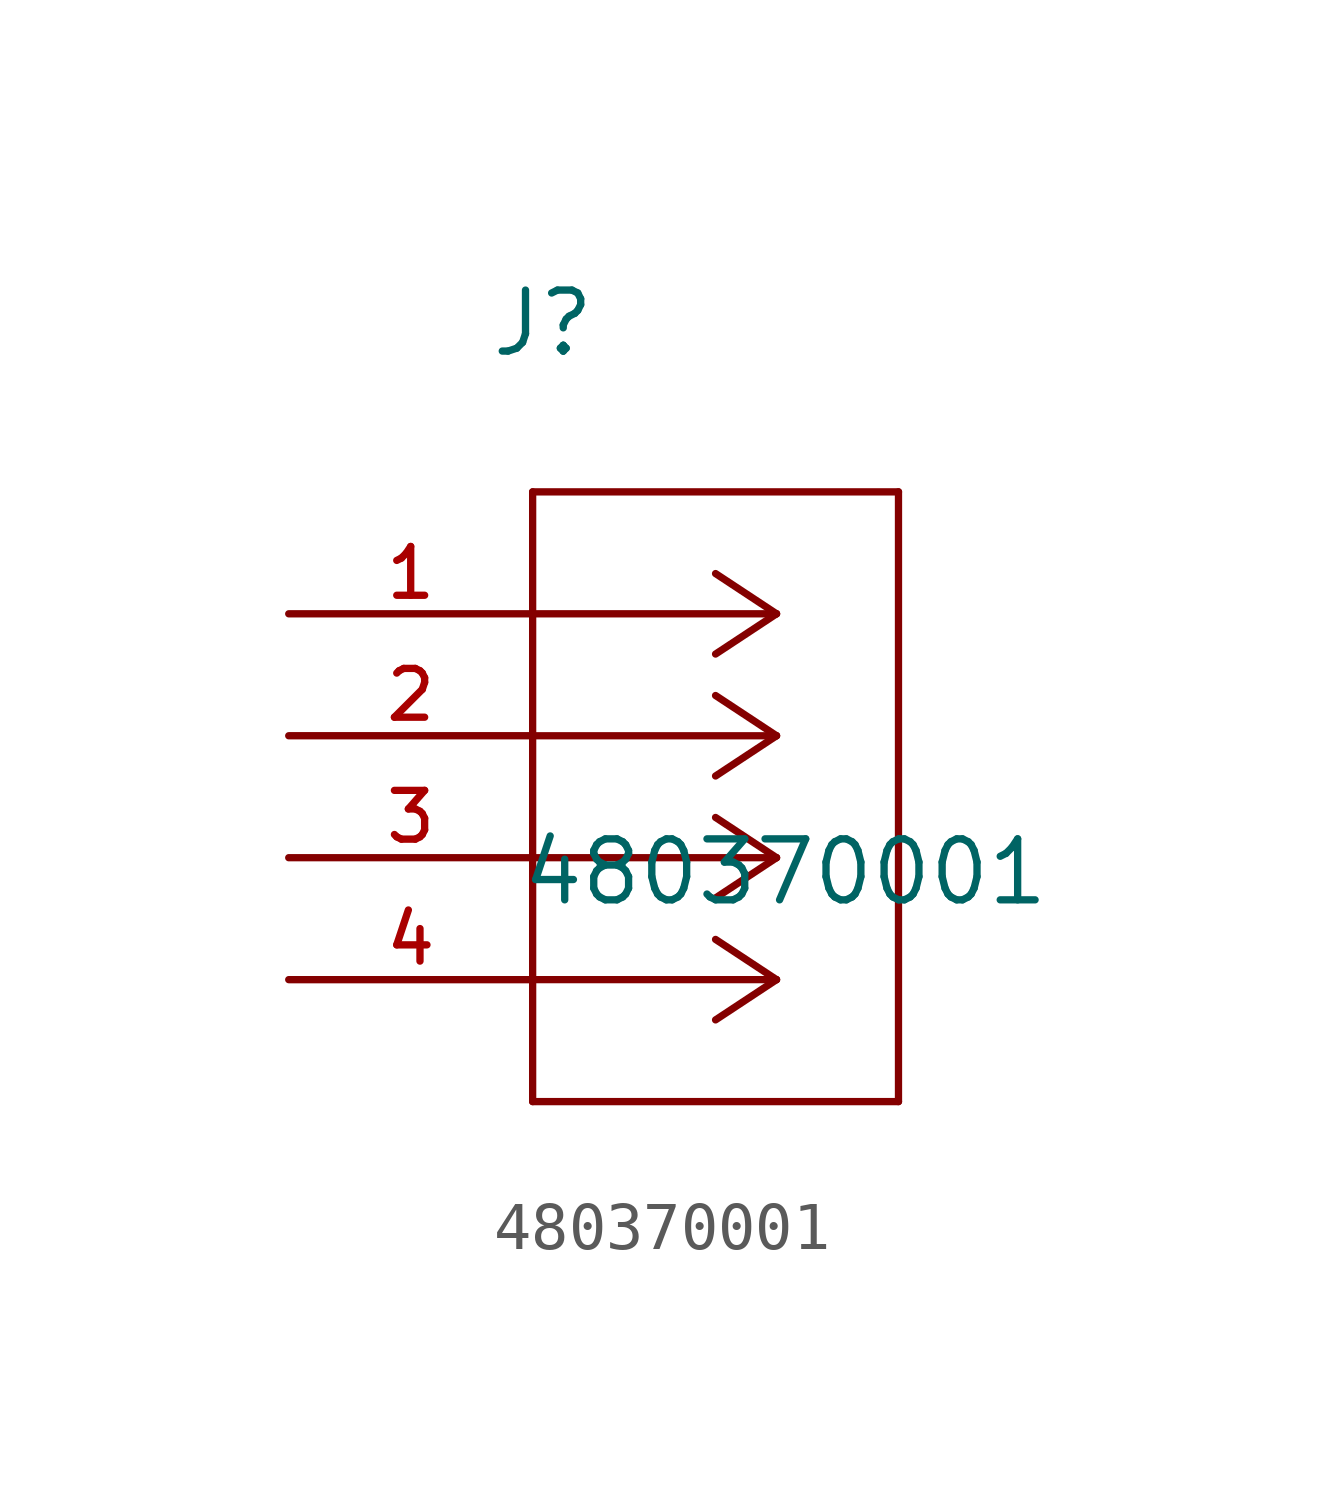
<source format=kicad_sym>
(kicad_symbol_lib
  (version 20211014)
  (generator kicad_symbol_editor)
  (symbol "480370001"
    (pin_names
      (offset 1.016))
    (property "Reference" "J"
      (at 4.166 5.309 0.0)
      (effects (font (size 1.27 1.27)) (justify bottom left)))
    (property "Value" "480370001"
      (at 4.801 -6.121 0.0)
      (effects (font (size 1.27 1.27)) (justify bottom left)))
    (symbol "480370001_0_0"
      (polyline (pts (xy 10.16 0.0) (xy 5.08 0.0)) (stroke (width 0.152)))
      (polyline (pts (xy 10.16 -2.54) (xy 5.08 -2.54)) (stroke (width 0.152)))
      (polyline (pts (xy 10.16 -5.08) (xy 5.08 -5.08)) (stroke (width 0.152)))
      (polyline (pts (xy 10.16 -7.62) (xy 5.08 -7.62)) (stroke (width 0.152)))
      (polyline (pts (xy 10.16 0.0) (xy 8.89 0.838)) (stroke (width 0.152)))
      (polyline (pts (xy 10.16 -2.54) (xy 8.89 -1.702)) (stroke (width 0.152)))
      (polyline (pts (xy 10.16 -5.08) (xy 8.89 -4.242)) (stroke (width 0.152)))
      (polyline (pts (xy 10.16 -7.62) (xy 8.89 -6.782)) (stroke (width 0.152)))
      (polyline (pts (xy 10.16 0.0) (xy 8.89 -0.838)) (stroke (width 0.152)))
      (polyline (pts (xy 10.16 -2.54) (xy 8.89 -3.378)) (stroke (width 0.152)))
      (polyline (pts (xy 10.16 -5.08) (xy 8.89 -5.918)) (stroke (width 0.152)))
      (polyline (pts (xy 10.16 -7.62) (xy 8.89 -8.458)) (stroke (width 0.152)))
      (polyline (pts (xy 5.08 2.54) (xy 5.08 -10.16)) (stroke (width 0.152)))
      (polyline (pts (xy 5.08 -10.16) (xy 12.7 -10.16)) (stroke (width 0.152)))
      (polyline (pts (xy 12.7 -10.16) (xy 12.7 2.54)) (stroke (width 0.152)))
      (polyline (pts (xy 12.7 2.54) (xy 5.08 2.54)) (stroke (width 0.152)))
      (pin passive line (at 0.0 0.0 0) (length 5.08) (name "~" (effects (font (size 1.016 1.016)))) (number "1" (effects (font (size 1.016 1.016)))))
      (pin passive line (at 0.0 -2.54 0) (length 5.08) (name "~" (effects (font (size 1.016 1.016)))) (number "2" (effects (font (size 1.016 1.016)))))
      (pin passive line (at 0.0 -5.08 0) (length 5.08) (name "~" (effects (font (size 1.016 1.016)))) (number "3" (effects (font (size 1.016 1.016)))))
      (pin passive line (at 0.0 -7.62 0) (length 5.08) (name "~" (effects (font (size 1.016 1.016)))) (number "4" (effects (font (size 1.016 1.016))))))))
</source>
